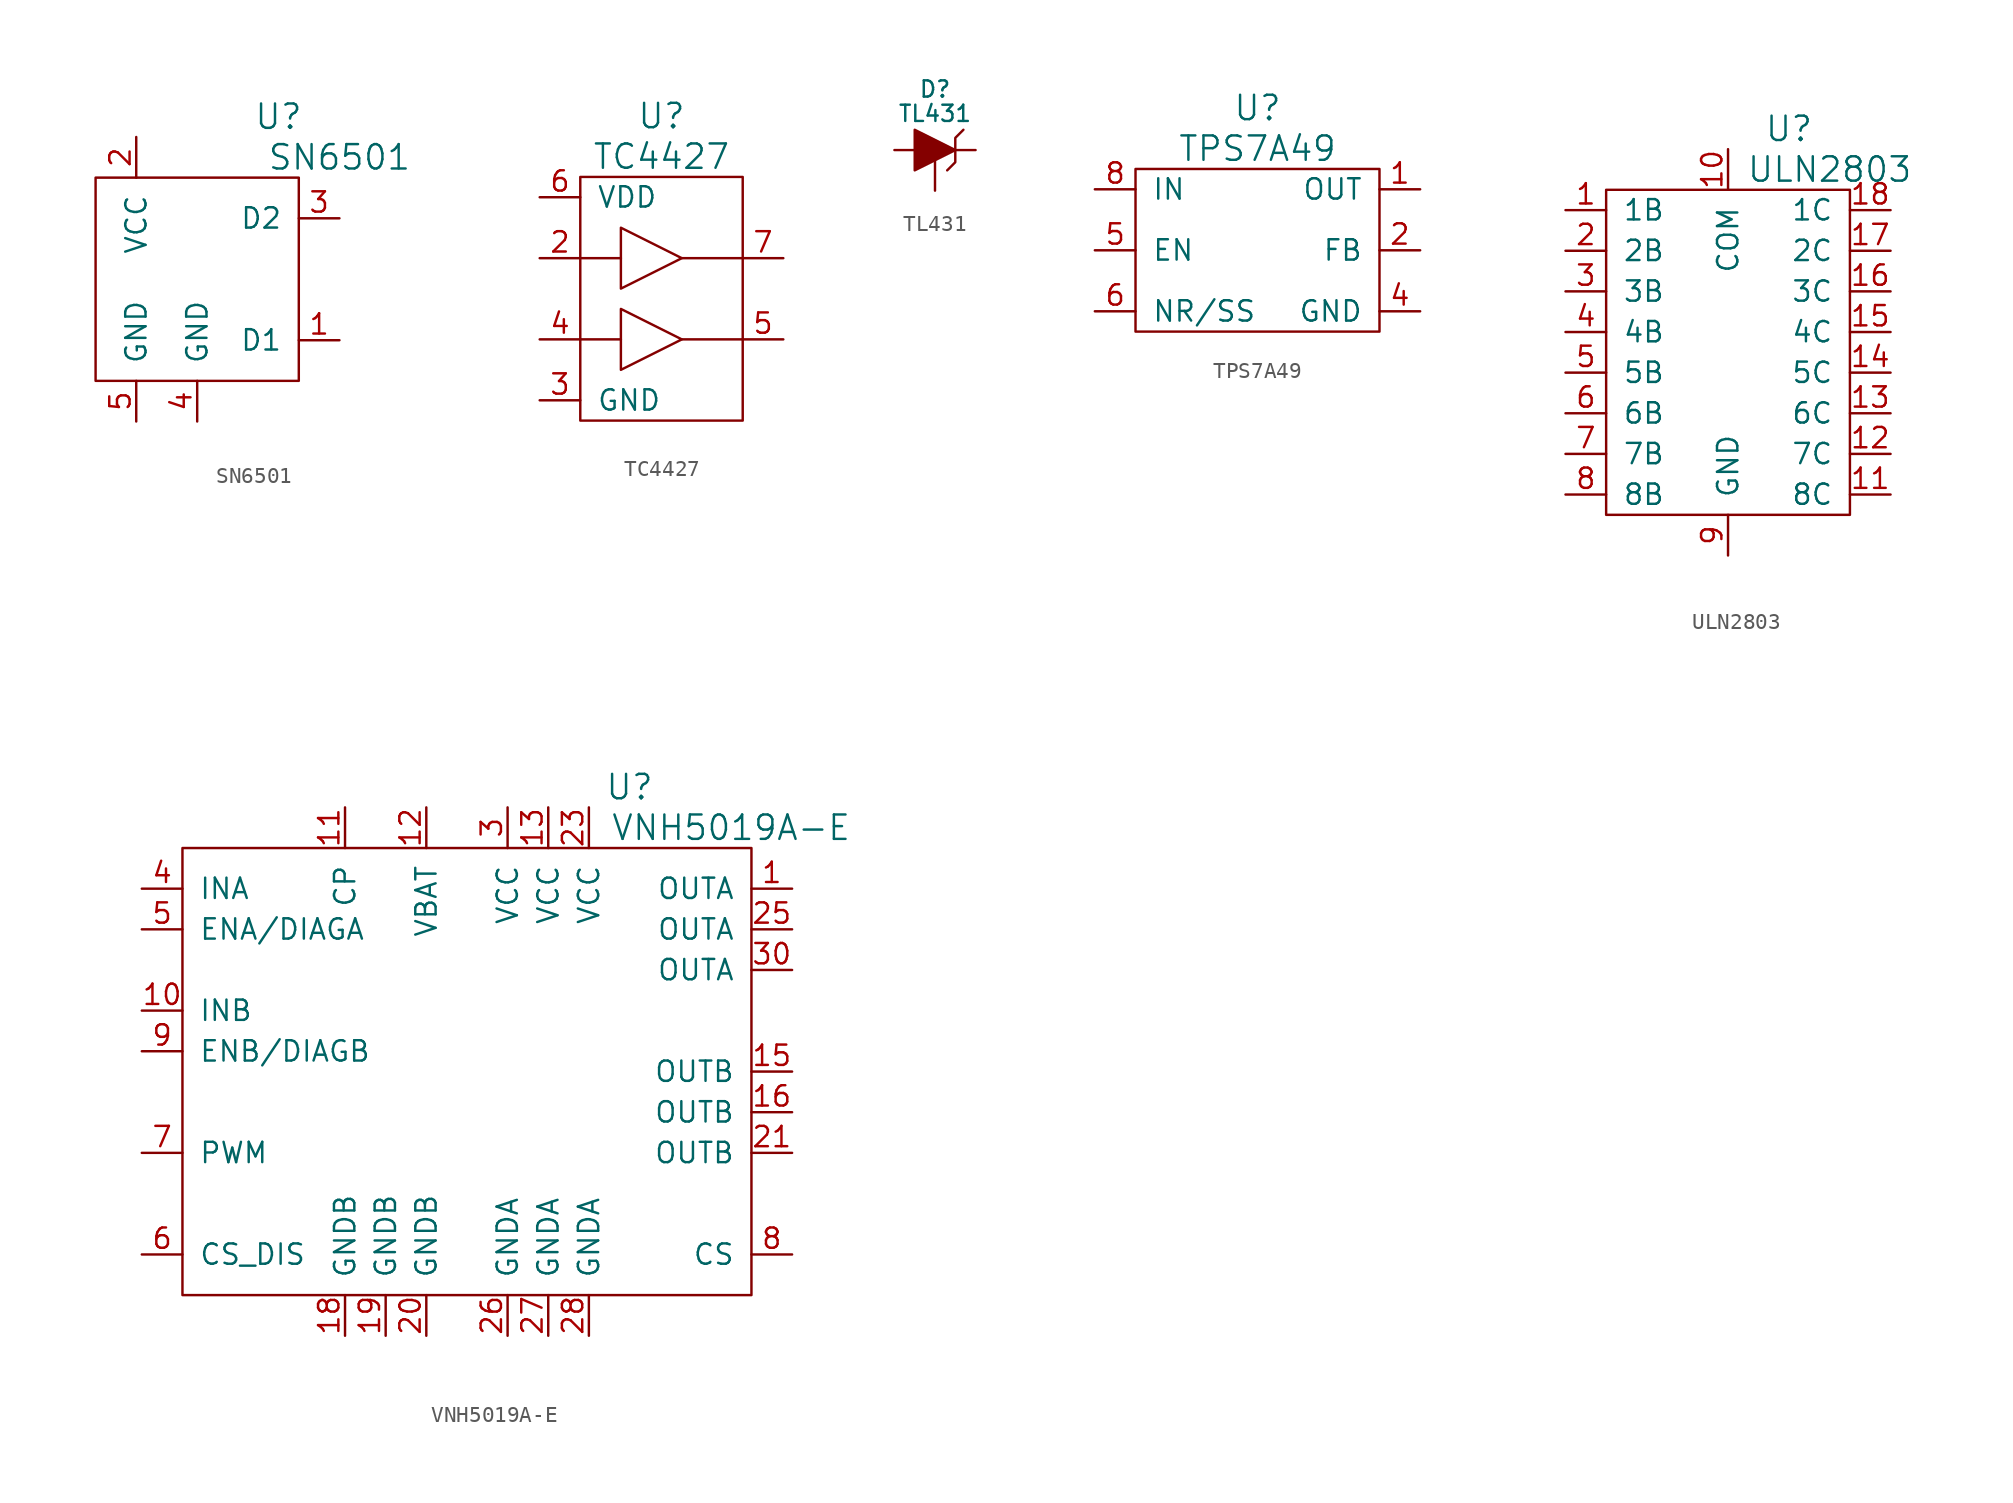
<source format=kicad_sym>
(kicad_symbol_lib
  (version 20220914)
  (generator kicad_symbol_editor)
  (symbol "SN6501"
    (pin_names
      (offset 1.016))
    (property "Reference" "U"
      (at 5.08 10.16 0)
      (effects (font (size 1.524 1.524))))
    (property "Value" "SN6501"
      (at 8.89 7.62 0)
      (effects (font (size 1.524 1.524))))
    (symbol "SN6501_0_1"
      (rectangle (start -6.35 6.35) (end 6.35 -6.35) (stroke (width 0) (type solid)) (fill (type none))))
    (symbol "SN6501_1_1"
      (pin passive line (at 8.89 -3.81 180) (length 2.54) (name "D1" (effects (font (size 1.27 1.27)))) (number "1" (effects (font (size 1.27 1.27)))))
      (pin passive line (at -3.81 8.89 270) (length 2.54) (name "VCC" (effects (font (size 1.27 1.27)))) (number "2" (effects (font (size 1.27 1.27)))))
      (pin passive line (at 8.89 3.81 180) (length 2.54) (name "D2" (effects (font (size 1.27 1.27)))) (number "3" (effects (font (size 1.27 1.27)))))
      (pin passive line (at 0 -8.89 90) (length 2.54) (name "GND" (effects (font (size 1.27 1.27)))) (number "4" (effects (font (size 1.27 1.27)))))
      (pin passive line (at -3.81 -8.89 90) (length 2.54) (name "GND" (effects (font (size 1.27 1.27)))) (number "5" (effects (font (size 1.27 1.27)))))))
  (symbol "TC4427"
    (pin_names
      (offset 1.016))
    (property "Reference" "U"
      (at 0 11.43 0)
      (effects (font (size 1.524 1.524))))
    (property "Value" "TC4427"
      (at 0 8.89 0)
      (effects (font (size 1.524 1.524))))
    (property "Footprint" ""
      (at -0.635 0 0)
      (effects (font (size 1.524 1.524))))
    (symbol "TC4427_0_1"
      (rectangle (start -5.08 7.62) (end 5.08 -7.62) (stroke (width 0) (type solid)) (fill (type none)))
      (polyline (pts (xy -2.54 -2.54) (xy -5.08 -2.54)) (stroke (width 0) (type solid)) (fill (type none)))
      (polyline (pts (xy -2.54 2.54) (xy -5.08 2.54)) (stroke (width 0) (type solid)) (fill (type none)))
      (polyline (pts (xy 1.27 2.54) (xy 5.08 2.54)) (stroke (width 0) (type solid)) (fill (type none)))
      (polyline (pts (xy 5.08 -2.54) (xy 1.27 -2.54)) (stroke (width 0) (type solid)) (fill (type none)))
      (polyline (pts (xy -2.54 -0.635) (xy -2.54 -4.445) (xy 1.27 -2.54) (xy -2.54 -0.635)) (stroke (width 0) (type solid)) (fill (type none)))
      (polyline (pts (xy -2.54 4.445) (xy -2.54 0.635) (xy 1.27 2.54) (xy -2.54 4.445)) (stroke (width 0) (type solid)) (fill (type none))))
    (symbol "TC4427_1_1"
      (pin passive line (at -7.62 2.54 0) (length 2.54) (name "INA" (effects (font (size 0 0)))) (number "2" (effects (font (size 1.27 1.27)))))
      (pin passive line (at -7.62 -6.35 0) (length 2.54) (name "GND" (effects (font (size 1.27 1.27)))) (number "3" (effects (font (size 1.27 1.27)))))
      (pin passive line (at -7.62 -2.54 0) (length 2.54) (name "INB" (effects (font (size 0 0)))) (number "4" (effects (font (size 1.27 1.27)))))
      (pin passive line (at 7.62 -2.54 180) (length 2.54) (name "OUTB" (effects (font (size 0 0)))) (number "5" (effects (font (size 1.27 1.27)))))
      (pin passive line (at -7.62 6.35 0) (length 2.54) (name "VDD" (effects (font (size 1.27 1.27)))) (number "6" (effects (font (size 1.27 1.27)))))
      (pin passive line (at 7.62 2.54 180) (length 2.54) (name "OUTA" (effects (font (size 0 0)))) (number "7" (effects (font (size 1.27 1.27)))))))
  (symbol "TL431"
    (pin_numbers hide)
    (pin_names
      (offset 1.016) hide)
    (property "Reference" "D"
      (at 0 3.81 0)
      (effects (font (size 1.016 1.016))))
    (property "Value" "TL431"
      (at 0 2.286 0)
      (effects (font (size 1.016 1.016))))
    (property "Footprint" ""
      (at 0 0 0)
      (effects (font (size 1.524 1.524))))
    (property "Datasheet" ""
      (at 0 0 0)
      (effects (font (size 1.524 1.524))))
    (symbol "TL431_0_0"
      (polyline (pts (xy -1.27 1.27) (xy -1.27 -1.27) (xy 1.27 0) (xy -1.27 1.27) (xy -1.27 1.27)) (stroke (width 0) (type solid)) (fill (type outline)))
      (polyline (pts (xy 1.778 1.27) (xy 1.27 0.762) (xy 1.27 -0.762) (xy 0.762 -1.27) (xy 0.762 -1.27)) (stroke (width 0) (type solid)) (fill (type none))))
    (symbol "TL431_1_1"
      (pin passive line (at 2.54 0 180) (length 1.27) (name "K" (effects (font (size 1.016 1.016)))) (number "1" (effects (font (size 1.016 1.016)))))
      (pin passive line (at -2.54 0 0) (length 1.27) (name "A" (effects (font (size 1.016 1.016)))) (number "2" (effects (font (size 1.016 1.016)))))
      (pin passive line (at 0 -2.54 90) (length 1.905) (name "Ref" (effects (font (size 1.27 1.27)))) (number "3" (effects (font (size 1.27 1.27)))))))
  (symbol "TPS7A49"
    (pin_names
      (offset 1.016))
    (property "Reference" "U"
      (at 0 8.89 0)
      (effects (font (size 1.524 1.524))))
    (property "Value" "TPS7A49"
      (at 0 6.35 0)
      (effects (font (size 1.524 1.524))))
    (property "Footprint" ""
      (at 0 0 0)
      (effects (font (size 1.524 1.524))))
    (property "Datasheet" ""
      (at 0 0 0)
      (effects (font (size 1.524 1.524))))
    (symbol "TPS7A49_0_1"
      (rectangle (start -7.62 5.08) (end 7.62 -5.08) (stroke (width 0) (type solid)) (fill (type none))))
    (symbol "TPS7A49_1_1"
      (pin passive line (at 10.16 3.81 180) (length 2.54) (name "OUT" (effects (font (size 1.27 1.27)))) (number "1" (effects (font (size 1.27 1.27)))))
      (pin passive line (at 10.16 0 180) (length 2.54) (name "FB" (effects (font (size 1.27 1.27)))) (number "2" (effects (font (size 1.27 1.27)))))
      (pin passive line (at 10.16 -3.81 180) (length 2.54) (name "GND" (effects (font (size 1.27 1.27)))) (number "4" (effects (font (size 1.27 1.27)))))
      (pin passive line (at -10.16 0 0) (length 2.54) (name "EN" (effects (font (size 1.27 1.27)))) (number "5" (effects (font (size 1.27 1.27)))))
      (pin passive line (at -10.16 -3.81 0) (length 2.54) (name "NR/SS" (effects (font (size 1.27 1.27)))) (number "6" (effects (font (size 1.27 1.27)))))
      (pin passive line (at -10.16 3.81 0) (length 2.54) (name "IN" (effects (font (size 1.27 1.27)))) (number "8" (effects (font (size 1.27 1.27)))))))
  (symbol "ULN2803"
    (pin_names
      (offset 1.016))
    (property "Reference" "U"
      (at 3.81 13.97 0)
      (effects (font (size 1.524 1.524))))
    (property "Value" "ULN2803"
      (at 6.35 11.43 0)
      (effects (font (size 1.524 1.524))))
    (property "Footprint" ""
      (at 0 0 0)
      (effects (font (size 1.524 1.524))))
    (property "Datasheet" ""
      (at 0 0 0)
      (effects (font (size 1.524 1.524))))
    (symbol "ULN2803_0_1"
      (rectangle (start -7.62 10.16) (end 7.62 -10.16) (stroke (width 0) (type solid)) (fill (type none))))
    (symbol "ULN2803_1_1"
      (pin passive line (at -10.16 8.89 0) (length 2.54) (name "1B" (effects (font (size 1.27 1.27)))) (number "1" (effects (font (size 1.27 1.27)))))
      (pin passive line (at 0 12.7 270) (length 2.54) (name "COM" (effects (font (size 1.27 1.27)))) (number "10" (effects (font (size 1.27 1.27)))))
      (pin passive line (at 10.16 -8.89 180) (length 2.54) (name "8C" (effects (font (size 1.27 1.27)))) (number "11" (effects (font (size 1.27 1.27)))))
      (pin passive line (at 10.16 -6.35 180) (length 2.54) (name "7C" (effects (font (size 1.27 1.27)))) (number "12" (effects (font (size 1.27 1.27)))))
      (pin passive line (at 10.16 -3.81 180) (length 2.54) (name "6C" (effects (font (size 1.27 1.27)))) (number "13" (effects (font (size 1.27 1.27)))))
      (pin passive line (at 10.16 -1.27 180) (length 2.54) (name "5C" (effects (font (size 1.27 1.27)))) (number "14" (effects (font (size 1.27 1.27)))))
      (pin passive line (at 10.16 1.27 180) (length 2.54) (name "4C" (effects (font (size 1.27 1.27)))) (number "15" (effects (font (size 1.27 1.27)))))
      (pin passive line (at 10.16 3.81 180) (length 2.54) (name "3C" (effects (font (size 1.27 1.27)))) (number "16" (effects (font (size 1.27 1.27)))))
      (pin passive line (at 10.16 6.35 180) (length 2.54) (name "2C" (effects (font (size 1.27 1.27)))) (number "17" (effects (font (size 1.27 1.27)))))
      (pin passive line (at 10.16 8.89 180) (length 2.54) (name "1C" (effects (font (size 1.27 1.27)))) (number "18" (effects (font (size 1.27 1.27)))))
      (pin passive line (at -10.16 6.35 0) (length 2.54) (name "2B" (effects (font (size 1.27 1.27)))) (number "2" (effects (font (size 1.27 1.27)))))
      (pin passive line (at -10.16 3.81 0) (length 2.54) (name "3B" (effects (font (size 1.27 1.27)))) (number "3" (effects (font (size 1.27 1.27)))))
      (pin passive line (at -10.16 1.27 0) (length 2.54) (name "4B" (effects (font (size 1.27 1.27)))) (number "4" (effects (font (size 1.27 1.27)))))
      (pin passive line (at -10.16 -1.27 0) (length 2.54) (name "5B" (effects (font (size 1.27 1.27)))) (number "5" (effects (font (size 1.27 1.27)))))
      (pin passive line (at -10.16 -3.81 0) (length 2.54) (name "6B" (effects (font (size 1.27 1.27)))) (number "6" (effects (font (size 1.27 1.27)))))
      (pin passive line (at -10.16 -6.35 0) (length 2.54) (name "7B" (effects (font (size 1.27 1.27)))) (number "7" (effects (font (size 1.27 1.27)))))
      (pin passive line (at -10.16 -8.89 0) (length 2.54) (name "8B" (effects (font (size 1.27 1.27)))) (number "8" (effects (font (size 1.27 1.27)))))
      (pin passive line (at 0 -12.7 90) (length 2.54) (name "GND" (effects (font (size 1.27 1.27)))) (number "9" (effects (font (size 1.27 1.27)))))))
  (symbol "VNH5019A-E"
    (pin_names
      (offset 1.016))
    (property "Reference" "U"
      (at 10.16 17.78 0)
      (effects (font (size 1.524 1.524))))
    (property "Value" "VNH5019A-E"
      (at 16.51 15.24 0)
      (effects (font (size 1.524 1.524))))
    (property "Footprint" ""
      (at 0 0 0)
      (effects (font (size 1.524 1.524))))
    (property "Datasheet" ""
      (at 0 0 0)
      (effects (font (size 1.524 1.524))))
    (symbol "VNH5019A-E_0_1"
      (rectangle (start -17.78 13.97) (end 17.78 -13.97) (stroke (width 0) (type solid)) (fill (type none))))
    (symbol "VNH5019A-E_1_1"
      (pin passive line (at 20.32 11.43 180) (length 2.54) (name "OUTA" (effects (font (size 1.27 1.27)))) (number "1" (effects (font (size 1.27 1.27)))))
      (pin passive line (at -20.32 3.81 0) (length 2.54) (name "INB" (effects (font (size 1.27 1.27)))) (number "10" (effects (font (size 1.27 1.27)))))
      (pin passive line (at -7.62 16.51 270) (length 2.54) (name "CP" (effects (font (size 1.27 1.27)))) (number "11" (effects (font (size 1.27 1.27)))))
      (pin passive line (at -2.54 16.51 270) (length 2.54) (name "VBAT" (effects (font (size 1.27 1.27)))) (number "12" (effects (font (size 1.27 1.27)))))
      (pin passive line (at 5.08 16.51 270) (length 2.54) (name "VCC" (effects (font (size 1.27 1.27)))) (number "13" (effects (font (size 1.27 1.27)))))
      (pin passive line (at 20.32 0 180) (length 2.54) (name "OUTB" (effects (font (size 1.27 1.27)))) (number "15" (effects (font (size 1.27 1.27)))))
      (pin passive line (at 20.32 -2.54 180) (length 2.54) (name "OUTB" (effects (font (size 1.27 1.27)))) (number "16" (effects (font (size 1.27 1.27)))))
      (pin passive line (at -7.62 -16.51 90) (length 2.54) (name "GNDB" (effects (font (size 1.27 1.27)))) (number "18" (effects (font (size 1.27 1.27)))))
      (pin passive line (at -5.08 -16.51 90) (length 2.54) (name "GNDB" (effects (font (size 1.27 1.27)))) (number "19" (effects (font (size 1.27 1.27)))))
      (pin passive line (at -2.54 -16.51 90) (length 2.54) (name "GNDB" (effects (font (size 1.27 1.27)))) (number "20" (effects (font (size 1.27 1.27)))))
      (pin passive line (at 20.32 -5.08 180) (length 2.54) (name "OUTB" (effects (font (size 1.27 1.27)))) (number "21" (effects (font (size 1.27 1.27)))))
      (pin passive line (at 7.62 16.51 270) (length 2.54) (name "VCC" (effects (font (size 1.27 1.27)))) (number "23" (effects (font (size 1.27 1.27)))))
      (pin passive line (at 20.32 8.89 180) (length 2.54) (name "OUTA" (effects (font (size 1.27 1.27)))) (number "25" (effects (font (size 1.27 1.27)))))
      (pin passive line (at 2.54 -16.51 90) (length 2.54) (name "GNDA" (effects (font (size 1.27 1.27)))) (number "26" (effects (font (size 1.27 1.27)))))
      (pin passive line (at 5.08 -16.51 90) (length 2.54) (name "GNDA" (effects (font (size 1.27 1.27)))) (number "27" (effects (font (size 1.27 1.27)))))
      (pin passive line (at 7.62 -16.51 90) (length 2.54) (name "GNDA" (effects (font (size 1.27 1.27)))) (number "28" (effects (font (size 1.27 1.27)))))
      (pin passive line (at 2.54 16.51 270) (length 2.54) (name "VCC" (effects (font (size 1.27 1.27)))) (number "3" (effects (font (size 1.27 1.27)))))
      (pin passive line (at 20.32 6.35 180) (length 2.54) (name "OUTA" (effects (font (size 1.27 1.27)))) (number "30" (effects (font (size 1.27 1.27)))))
      (pin passive line (at -20.32 11.43 0) (length 2.54) (name "INA" (effects (font (size 1.27 1.27)))) (number "4" (effects (font (size 1.27 1.27)))))
      (pin passive line (at -20.32 8.89 0) (length 2.54) (name "ENA/DIAGA" (effects (font (size 1.27 1.27)))) (number "5" (effects (font (size 1.27 1.27)))))
      (pin passive line (at -20.32 -11.43 0) (length 2.54) (name "CS_DIS" (effects (font (size 1.27 1.27)))) (number "6" (effects (font (size 1.27 1.27)))))
      (pin passive line (at -20.32 -5.08 0) (length 2.54) (name "PWM" (effects (font (size 1.27 1.27)))) (number "7" (effects (font (size 1.27 1.27)))))
      (pin passive line (at 20.32 -11.43 180) (length 2.54) (name "CS" (effects (font (size 1.27 1.27)))) (number "8" (effects (font (size 1.27 1.27)))))
      (pin passive line (at -20.32 1.27 0) (length 2.54) (name "ENB/DIAGB" (effects (font (size 1.27 1.27)))) (number "9" (effects (font (size 1.27 1.27))))))))
</source>
